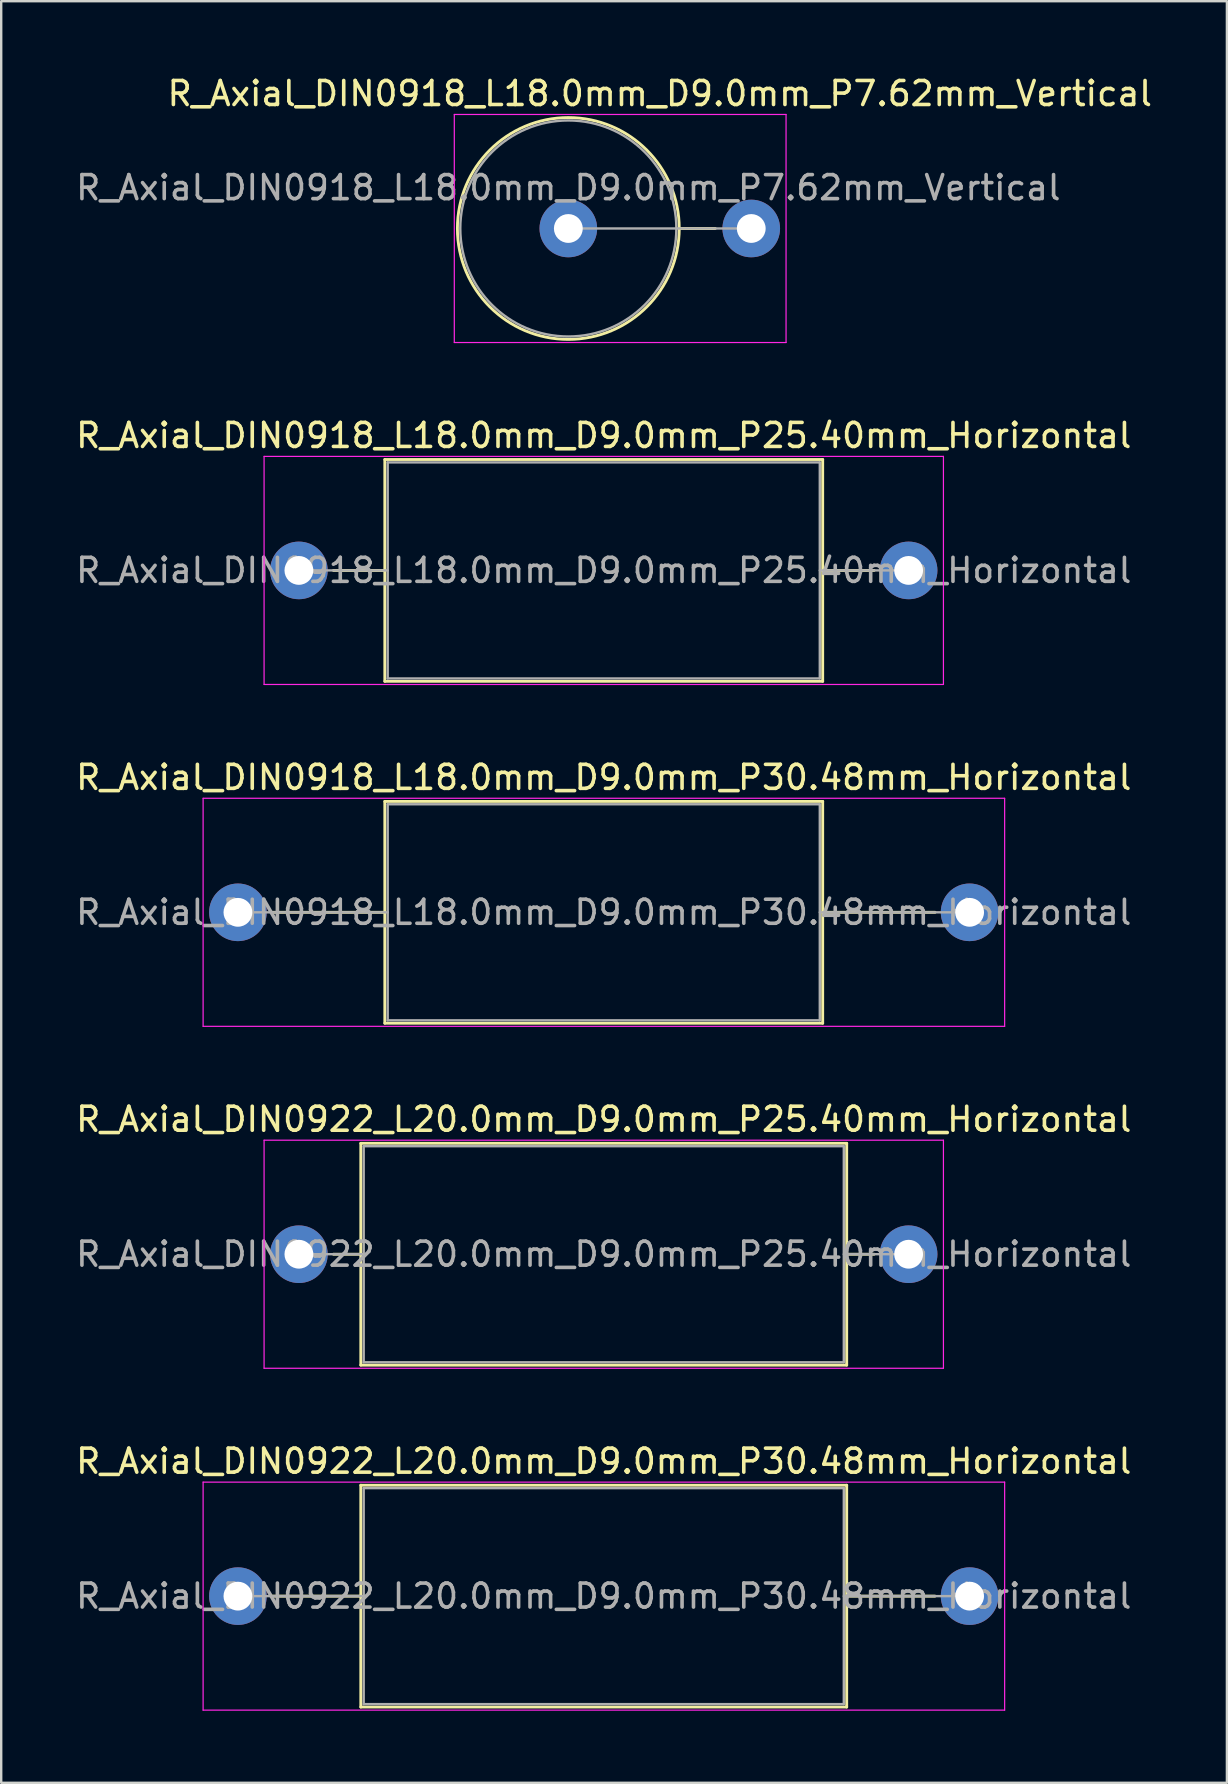
<source format=kicad_pcb>
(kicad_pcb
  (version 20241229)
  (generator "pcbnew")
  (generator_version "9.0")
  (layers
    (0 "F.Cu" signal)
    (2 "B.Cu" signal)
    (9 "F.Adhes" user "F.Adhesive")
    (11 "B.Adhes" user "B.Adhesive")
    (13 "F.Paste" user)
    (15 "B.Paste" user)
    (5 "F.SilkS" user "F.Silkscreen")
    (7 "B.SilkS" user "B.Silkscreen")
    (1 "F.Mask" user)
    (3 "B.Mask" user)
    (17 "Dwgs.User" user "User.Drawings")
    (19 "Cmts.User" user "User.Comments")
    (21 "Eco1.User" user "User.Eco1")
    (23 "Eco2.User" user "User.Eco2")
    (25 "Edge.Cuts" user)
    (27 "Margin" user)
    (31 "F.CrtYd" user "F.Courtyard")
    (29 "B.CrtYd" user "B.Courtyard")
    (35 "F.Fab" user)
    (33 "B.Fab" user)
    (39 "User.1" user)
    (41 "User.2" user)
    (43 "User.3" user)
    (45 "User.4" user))
  (footprint "R_Axial_DIN0922_L20.0mm_D9.0mm_P30.48mm_Horizontal"
    (layer "F.Cu")
    (at 6.861 63.441)
    (property "Reference" "R_Axial_DIN0922_L20.0mm_D9.0mm_P30.48mm_Horizontal" (at 15.24 -5.62 0) (layer "F.SilkS") (effects (font (size 1 1) (thickness 0.15))))
    (attr through_hole)
    (fp_line (start 1.44 0) (end 5.12 0) (stroke (width 0.12) (type solid)) (layer "F.SilkS"))
    (fp_line (start 5.12 -4.62) (end 5.12 4.62) (stroke (width 0.12) (type solid)) (layer "F.SilkS"))
    (fp_line (start 5.12 4.62) (end 25.36 4.62) (stroke (width 0.12) (type solid)) (layer "F.SilkS"))
    (fp_line (start 25.36 -4.62) (end 5.12 -4.62) (stroke (width 0.12) (type solid)) (layer "F.SilkS"))
    (fp_line (start 25.36 4.62) (end 25.36 -4.62) (stroke (width 0.12) (type solid)) (layer "F.SilkS"))
    (fp_line (start 29.04 0) (end 25.36 0) (stroke (width 0.12) (type solid)) (layer "F.SilkS"))
    (fp_line (start -1.45 -4.75) (end -1.45 4.75) (stroke (width 0.05) (type solid)) (layer "F.CrtYd"))
    (fp_line (start -1.45 4.75) (end 31.94 4.75) (stroke (width 0.05) (type solid)) (layer "F.CrtYd"))
    (fp_line (start 31.94 -4.75) (end -1.45 -4.75) (stroke (width 0.05) (type solid)) (layer "F.CrtYd"))
    (fp_line (start 31.94 4.75) (end 31.94 -4.75) (stroke (width 0.05) (type solid)) (layer "F.CrtYd"))
    (fp_line (start 0 0) (end 5.24 0) (stroke (width 0.1) (type solid)) (layer "F.Fab"))
    (fp_line (start 5.24 -4.5) (end 5.24 4.5) (stroke (width 0.1) (type solid)) (layer "F.Fab"))
    (fp_line (start 5.24 4.5) (end 25.24 4.5) (stroke (width 0.1) (type solid)) (layer "F.Fab"))
    (fp_line (start 25.24 -4.5) (end 5.24 -4.5) (stroke (width 0.1) (type solid)) (layer "F.Fab"))
    (fp_line (start 25.24 4.5) (end 25.24 -4.5) (stroke (width 0.1) (type solid)) (layer "F.Fab"))
    (fp_line (start 30.48 0) (end 25.24 0) (stroke (width 0.1) (type solid)) (layer "F.Fab"))
    (fp_text user "${REFERENCE}" (at 15.24 0 0) (layer "F.Fab") (effects (font (size 1 1) (thickness 0.15))))
    (pad "1" thru_hole circle (at 0 0) (size 2.4 2.4) (drill 1.2) (layers "*.Cu" "*.Mask"))
    (pad "2" thru_hole oval (at 30.48 0) (size 2.4 2.4) (drill 1.2) (layers "*.Cu" "*.Mask")))
  (footprint "R_Axial_DIN0918_L18.0mm_D9.0mm_P25.40mm_Horizontal"
    (layer "F.Cu")
    (at 9.401 20.712)
    (property "Reference" "R_Axial_DIN0918_L18.0mm_D9.0mm_P25.40mm_Horizontal" (at 12.7 -5.62 0) (layer "F.SilkS") (effects (font (size 1 1) (thickness 0.15))))
    (attr through_hole)
    (fp_line (start 1.44 0) (end 3.58 0) (stroke (width 0.12) (type solid)) (layer "F.SilkS"))
    (fp_line (start 3.58 -4.62) (end 3.58 4.62) (stroke (width 0.12) (type solid)) (layer "F.SilkS"))
    (fp_line (start 3.58 4.62) (end 21.82 4.62) (stroke (width 0.12) (type solid)) (layer "F.SilkS"))
    (fp_line (start 21.82 -4.62) (end 3.58 -4.62) (stroke (width 0.12) (type solid)) (layer "F.SilkS"))
    (fp_line (start 21.82 4.62) (end 21.82 -4.62) (stroke (width 0.12) (type solid)) (layer "F.SilkS"))
    (fp_line (start 23.96 0) (end 21.82 0) (stroke (width 0.12) (type solid)) (layer "F.SilkS"))
    (fp_line (start -1.45 -4.75) (end -1.45 4.75) (stroke (width 0.05) (type solid)) (layer "F.CrtYd"))
    (fp_line (start -1.45 4.75) (end 26.85 4.75) (stroke (width 0.05) (type solid)) (layer "F.CrtYd"))
    (fp_line (start 26.85 -4.75) (end -1.45 -4.75) (stroke (width 0.05) (type solid)) (layer "F.CrtYd"))
    (fp_line (start 26.85 4.75) (end 26.85 -4.75) (stroke (width 0.05) (type solid)) (layer "F.CrtYd"))
    (fp_line (start 0 0) (end 3.7 0) (stroke (width 0.1) (type solid)) (layer "F.Fab"))
    (fp_line (start 3.7 -4.5) (end 3.7 4.5) (stroke (width 0.1) (type solid)) (layer "F.Fab"))
    (fp_line (start 3.7 4.5) (end 21.7 4.5) (stroke (width 0.1) (type solid)) (layer "F.Fab"))
    (fp_line (start 21.7 -4.5) (end 3.7 -4.5) (stroke (width 0.1) (type solid)) (layer "F.Fab"))
    (fp_line (start 21.7 4.5) (end 21.7 -4.5) (stroke (width 0.1) (type solid)) (layer "F.Fab"))
    (fp_line (start 25.4 0) (end 21.7 0) (stroke (width 0.1) (type solid)) (layer "F.Fab"))
    (fp_text user "${REFERENCE}" (at 12.7 0 0) (layer "F.Fab") (effects (font (size 1 1) (thickness 0.15))))
    (pad "1" thru_hole circle (at 0 0) (size 2.4 2.4) (drill 1.2) (layers "*.Cu" "*.Mask"))
    (pad "2" thru_hole oval (at 25.4 0) (size 2.4 2.4) (drill 1.2) (layers "*.Cu" "*.Mask")))
  (footprint "R_Axial_DIN0918_L18.0mm_D9.0mm_P30.48mm_Horizontal"
    (layer "F.Cu")
    (at 6.861 34.955)
    (property "Reference" "R_Axial_DIN0918_L18.0mm_D9.0mm_P30.48mm_Horizontal" (at 15.24 -5.62 0) (layer "F.SilkS") (effects (font (size 1 1) (thickness 0.15))))
    (attr through_hole)
    (fp_line (start 1.44 0) (end 6.12 0) (stroke (width 0.12) (type solid)) (layer "F.SilkS"))
    (fp_line (start 6.12 -4.62) (end 6.12 4.62) (stroke (width 0.12) (type solid)) (layer "F.SilkS"))
    (fp_line (start 6.12 4.62) (end 24.36 4.62) (stroke (width 0.12) (type solid)) (layer "F.SilkS"))
    (fp_line (start 24.36 -4.62) (end 6.12 -4.62) (stroke (width 0.12) (type solid)) (layer "F.SilkS"))
    (fp_line (start 24.36 4.62) (end 24.36 -4.62) (stroke (width 0.12) (type solid)) (layer "F.SilkS"))
    (fp_line (start 29.04 0) (end 24.36 0) (stroke (width 0.12) (type solid)) (layer "F.SilkS"))
    (fp_line (start -1.45 -4.75) (end -1.45 4.75) (stroke (width 0.05) (type solid)) (layer "F.CrtYd"))
    (fp_line (start -1.45 4.75) (end 31.94 4.75) (stroke (width 0.05) (type solid)) (layer "F.CrtYd"))
    (fp_line (start 31.94 -4.75) (end -1.45 -4.75) (stroke (width 0.05) (type solid)) (layer "F.CrtYd"))
    (fp_line (start 31.94 4.75) (end 31.94 -4.75) (stroke (width 0.05) (type solid)) (layer "F.CrtYd"))
    (fp_line (start 0 0) (end 6.24 0) (stroke (width 0.1) (type solid)) (layer "F.Fab"))
    (fp_line (start 6.24 -4.5) (end 6.24 4.5) (stroke (width 0.1) (type solid)) (layer "F.Fab"))
    (fp_line (start 6.24 4.5) (end 24.24 4.5) (stroke (width 0.1) (type solid)) (layer "F.Fab"))
    (fp_line (start 24.24 -4.5) (end 6.24 -4.5) (stroke (width 0.1) (type solid)) (layer "F.Fab"))
    (fp_line (start 24.24 4.5) (end 24.24 -4.5) (stroke (width 0.1) (type solid)) (layer "F.Fab"))
    (fp_line (start 30.48 0) (end 24.24 0) (stroke (width 0.1) (type solid)) (layer "F.Fab"))
    (fp_text user "${REFERENCE}" (at 15.24 0 0) (layer "F.Fab") (effects (font (size 1 1) (thickness 0.15))))
    (pad "1" thru_hole circle (at 0 0) (size 2.4 2.4) (drill 1.2) (layers "*.Cu" "*.Mask"))
    (pad "2" thru_hole oval (at 30.48 0) (size 2.4 2.4) (drill 1.2) (layers "*.Cu" "*.Mask")))
  (footprint "R_Axial_DIN0918_L18.0mm_D9.0mm_P7.62mm_Vertical"
    (layer "F.Cu")
    (at 20.625 6.468)
    (property "Reference" "R_Axial_DIN0918_L18.0mm_D9.0mm_P7.62mm_Vertical" (at 3.81 -5.62 0) (layer "F.SilkS") (effects (font (size 1 1) (thickness 0.15))))
    (attr through_hole)
    (fp_line (start 4.62 0) (end 6.12 0) (stroke (width 0.12) (type solid)) (layer "F.SilkS"))
    (fp_circle (center 0 0) (end 4.62 0) (stroke (width 0.12) (type solid)) (fill no) (layer "F.SilkS"))
    (fp_line (start -4.75 -4.75) (end -4.75 4.75) (stroke (width 0.05) (type solid)) (layer "F.CrtYd"))
    (fp_line (start -4.75 4.75) (end 9.07 4.75) (stroke (width 0.05) (type solid)) (layer "F.CrtYd"))
    (fp_line (start 9.07 -4.75) (end -4.75 -4.75) (stroke (width 0.05) (type solid)) (layer "F.CrtYd"))
    (fp_line (start 9.07 4.75) (end 9.07 -4.75) (stroke (width 0.05) (type solid)) (layer "F.CrtYd"))
    (fp_line (start 0 0) (end 7.62 0) (stroke (width 0.1) (type solid)) (layer "F.Fab"))
    (fp_circle (center 0 0) (end 4.5 0) (stroke (width 0.1) (type solid)) (fill no) (layer "F.Fab"))
    (fp_text user "${REFERENCE}" (at 0 -1.7 0) (layer "F.Fab") (effects (font (size 1 1) (thickness 0.15))))
    (pad "1" thru_hole circle (at 0 0) (size 2.4 2.4) (drill 1.2) (layers "*.Cu" "*.Mask"))
    (pad "2" thru_hole oval (at 7.62 0) (size 2.4 2.4) (drill 1.2) (layers "*.Cu" "*.Mask")))
  (footprint "R_Axial_DIN0922_L20.0mm_D9.0mm_P25.40mm_Horizontal"
    (layer "F.Cu")
    (at 9.401 49.198)
    (property "Reference" "R_Axial_DIN0922_L20.0mm_D9.0mm_P25.40mm_Horizontal" (at 12.7 -5.62 0) (layer "F.SilkS") (effects (font (size 1 1) (thickness 0.15))))
    (attr through_hole)
    (fp_line (start 1.44 0) (end 2.58 0) (stroke (width 0.12) (type solid)) (layer "F.SilkS"))
    (fp_line (start 2.58 -4.62) (end 2.58 4.62) (stroke (width 0.12) (type solid)) (layer "F.SilkS"))
    (fp_line (start 2.58 4.62) (end 22.82 4.62) (stroke (width 0.12) (type solid)) (layer "F.SilkS"))
    (fp_line (start 22.82 -4.62) (end 2.58 -4.62) (stroke (width 0.12) (type solid)) (layer "F.SilkS"))
    (fp_line (start 22.82 4.62) (end 22.82 -4.62) (stroke (width 0.12) (type solid)) (layer "F.SilkS"))
    (fp_line (start 23.96 0) (end 22.82 0) (stroke (width 0.12) (type solid)) (layer "F.SilkS"))
    (fp_line (start -1.45 -4.75) (end -1.45 4.75) (stroke (width 0.05) (type solid)) (layer "F.CrtYd"))
    (fp_line (start -1.45 4.75) (end 26.85 4.75) (stroke (width 0.05) (type solid)) (layer "F.CrtYd"))
    (fp_line (start 26.85 -4.75) (end -1.45 -4.75) (stroke (width 0.05) (type solid)) (layer "F.CrtYd"))
    (fp_line (start 26.85 4.75) (end 26.85 -4.75) (stroke (width 0.05) (type solid)) (layer "F.CrtYd"))
    (fp_line (start 0 0) (end 2.7 0) (stroke (width 0.1) (type solid)) (layer "F.Fab"))
    (fp_line (start 2.7 -4.5) (end 2.7 4.5) (stroke (width 0.1) (type solid)) (layer "F.Fab"))
    (fp_line (start 2.7 4.5) (end 22.7 4.5) (stroke (width 0.1) (type solid)) (layer "F.Fab"))
    (fp_line (start 22.7 -4.5) (end 2.7 -4.5) (stroke (width 0.1) (type solid)) (layer "F.Fab"))
    (fp_line (start 22.7 4.5) (end 22.7 -4.5) (stroke (width 0.1) (type solid)) (layer "F.Fab"))
    (fp_line (start 25.4 0) (end 22.7 0) (stroke (width 0.1) (type solid)) (layer "F.Fab"))
    (fp_text user "${REFERENCE}" (at 12.7 0 0) (layer "F.Fab") (effects (font (size 1 1) (thickness 0.15))))
    (pad "1" thru_hole circle (at 0 0) (size 2.4 2.4) (drill 1.2) (layers "*.Cu" "*.Mask"))
    (pad "2" thru_hole oval (at 25.4 0) (size 2.4 2.4) (drill 1.2) (layers "*.Cu" "*.Mask")))
  (gr_rect
    (start -3 -3)
    (end 48.06 71.216)
    (stroke (width 0.1) (type default))
    (fill no)
    (layer "Edge.Cuts")))
</source>
